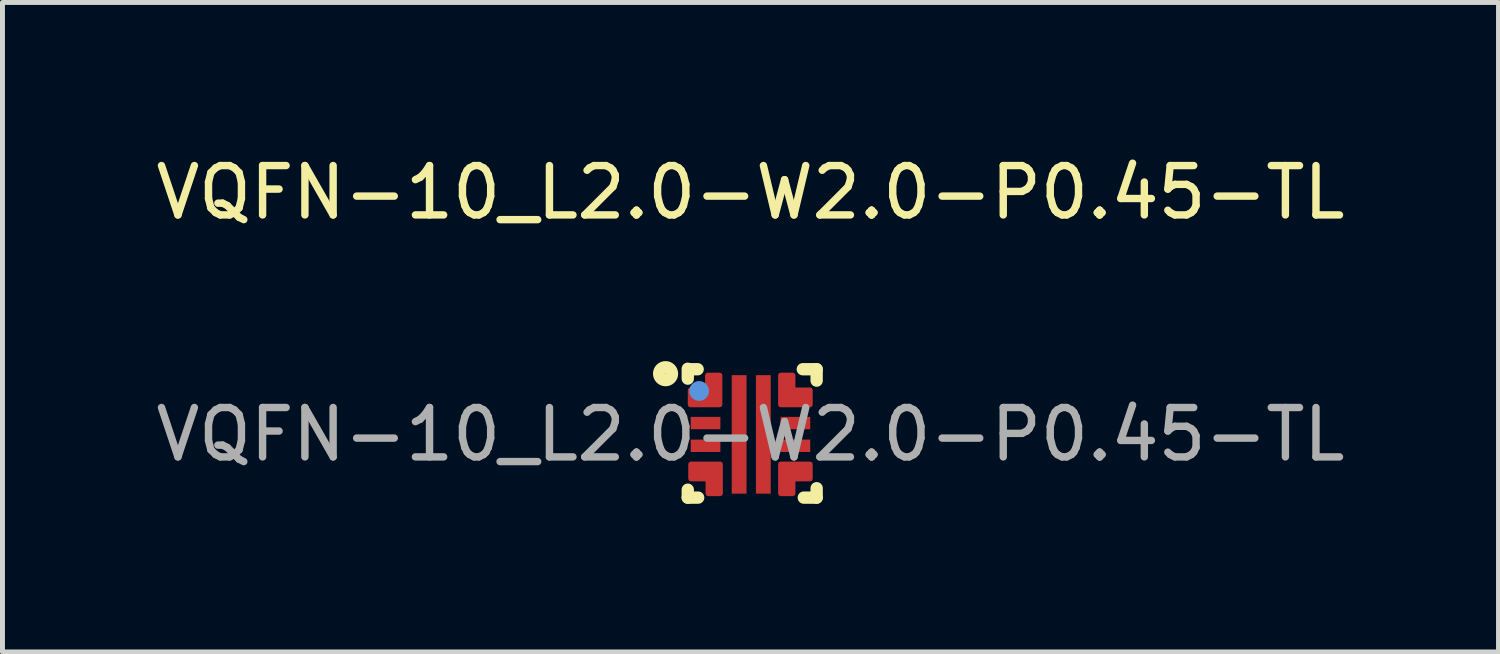
<source format=kicad_pcb>
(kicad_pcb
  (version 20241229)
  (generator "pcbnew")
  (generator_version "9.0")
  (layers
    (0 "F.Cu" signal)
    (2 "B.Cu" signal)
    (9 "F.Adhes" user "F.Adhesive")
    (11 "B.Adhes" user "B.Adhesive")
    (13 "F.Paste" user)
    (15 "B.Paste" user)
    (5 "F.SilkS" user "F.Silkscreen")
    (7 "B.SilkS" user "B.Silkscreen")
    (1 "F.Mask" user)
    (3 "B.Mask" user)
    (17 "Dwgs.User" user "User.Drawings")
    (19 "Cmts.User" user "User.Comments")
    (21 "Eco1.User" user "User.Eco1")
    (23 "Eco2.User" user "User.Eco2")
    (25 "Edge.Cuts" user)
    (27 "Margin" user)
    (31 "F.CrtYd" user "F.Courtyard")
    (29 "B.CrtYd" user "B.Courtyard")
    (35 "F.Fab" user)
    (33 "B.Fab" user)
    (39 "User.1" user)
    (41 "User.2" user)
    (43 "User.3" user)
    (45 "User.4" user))
  (footprint "VQFN-10_L2.0-W2.0-P0.45-TL"
    (layer "F.Cu")
    (at 12.149 5.748)
    (property "Reference" "VQFN-10_L2.0-W2.0-P0.45-TL" (at 0 -4.9 0) (layer "F.SilkS") (effects (font (size 1 1) (thickness 0.15))))
    (attr smd)
    (fp_line (start -1.27 -1.13) (end -1.27 -1.33) (stroke (width 0.25) (type solid)) (layer "F.SilkS"))
    (fp_line (start -1.27 1.28) (end -1.27 1.12) (stroke (width 0.25) (type solid)) (layer "F.SilkS"))
    (fp_line (start -1.23 -1.32) (end -1.07 -1.32) (stroke (width 0.25) (type solid)) (layer "F.SilkS"))
    (fp_line (start -1.06 1.28) (end -1.27 1.28) (stroke (width 0.25) (type solid)) (layer "F.SilkS"))
    (fp_line (start 1.06 -1.32) (end 1.34 -1.32) (stroke (width 0.25) (type solid)) (layer "F.SilkS"))
    (fp_line (start 1.34 -1.32) (end 1.34 -1.09) (stroke (width 0.25) (type solid)) (layer "F.SilkS"))
    (fp_line (start 1.34 1.09) (end 1.34 1.28) (stroke (width 0.25) (type solid)) (layer "F.SilkS"))
    (fp_line (start 1.34 1.28) (end 1.08 1.28) (stroke (width 0.25) (type solid)) (layer "F.SilkS"))
    (fp_circle (center -1.72 -1.23) (end -1.59 -1.23) (stroke (width 0.25) (type solid)) (fill no) (layer "F.SilkS"))
    (fp_circle (center -1.04 -0.88) (end -0.94 -0.88) (stroke (width 0.2) (type solid)) (fill no) (layer "Cmts.User"))
    (fp_circle (center -1 -1) (end -0.97 -1) (stroke (width 0.06) (type solid)) (fill no) (layer "F.Fab"))
    (fp_text user "${REFERENCE}" (at 0 0 0) (layer "F.Fab") (effects (font (size 1 1) (thickness 0.15))))
    (pad "1" smd custom (at -0.91 -0.9) (size 0.01 0.01) (layers "F.Cu" "F.Mask" "F.Paste") (options (anchor circle)) (primitives (gr_poly (pts (xy 0.04 -0.3) (xy 0.04 0) (xy -0.31 0) (xy -0.31 0.3) (xy 0.04 0.3) (xy 0.29 0.3) (xy 0.29 0) (xy 0.29 -0.3) (xy 0.04 -0.3)) (width 0.1) (fill yes))))
    (pad "2" smd rect (at -0.91 -0.23 270) (size 0.25 0.6) (layers "F.Cu" "F.Mask" "F.Paste"))
    (pad "3" smd rect (at -0.91 0.23 270) (size 0.25 0.6) (layers "F.Cu" "F.Mask" "F.Paste"))
    (pad "4" smd custom (at -0.91 0.9) (size 0.01 0.01) (layers "F.Cu" "F.Mask" "F.Paste") (options (anchor circle)) (primitives (gr_poly (pts (xy 0.05 0.3) (xy 0.05 0) (xy -0.3 0) (xy -0.3 -0.3) (xy 0.05 -0.3) (xy 0.3 -0.3) (xy 0.3 0) (xy 0.3 0.3) (xy 0.05 0.3)) (width 0.1) (fill yes))))
    (pad "5" smd rect (at -0.23 0) (size 0.3 2.4) (layers "F.Cu" "F.Mask" "F.Paste"))
    (pad "6" smd rect (at 0.26 0) (size 0.3 2.4) (layers "F.Cu" "F.Mask" "F.Paste"))
    (pad "7" smd custom (at 0.91 0.9) (size 0.01 0.01) (layers "F.Cu" "F.Mask" "F.Paste") (options (anchor circle)) (primitives (gr_poly (pts (xy -0.05 0.3) (xy -0.05 0) (xy 0.3 0) (xy 0.3 -0.3) (xy -0.05 -0.3) (xy -0.3 -0.3) (xy -0.3 0) (xy -0.3 0.3) (xy -0.05 0.3)) (width 0.1) (fill yes))))
    (pad "8" smd rect (at 0.91 0.23 270) (size 0.25 0.6) (layers "F.Cu" "F.Mask" "F.Paste"))
    (pad "9" smd rect (at 0.91 -0.23 270) (size 0.25 0.6) (layers "F.Cu" "F.Mask" "F.Paste"))
    (pad "10" smd custom (at 0.91 -0.9) (size 0.01 0.01) (layers "F.Cu" "F.Mask" "F.Paste") (options (anchor circle)) (primitives (gr_poly (pts (xy -0.05 -0.3) (xy -0.05 0) (xy 0.3 0) (xy 0.3 0.3) (xy -0.05 0.3) (xy -0.3 0.3) (xy -0.3 0) (xy -0.3 -0.3) (xy -0.05 -0.3)) (width 0.1) (fill yes)))))
  (gr_rect
    (start -3 -3)
    (end 27.298 10.153)
    (stroke (width 0.1) (type default))
    (fill no)
    (layer "Edge.Cuts")))
</source>
